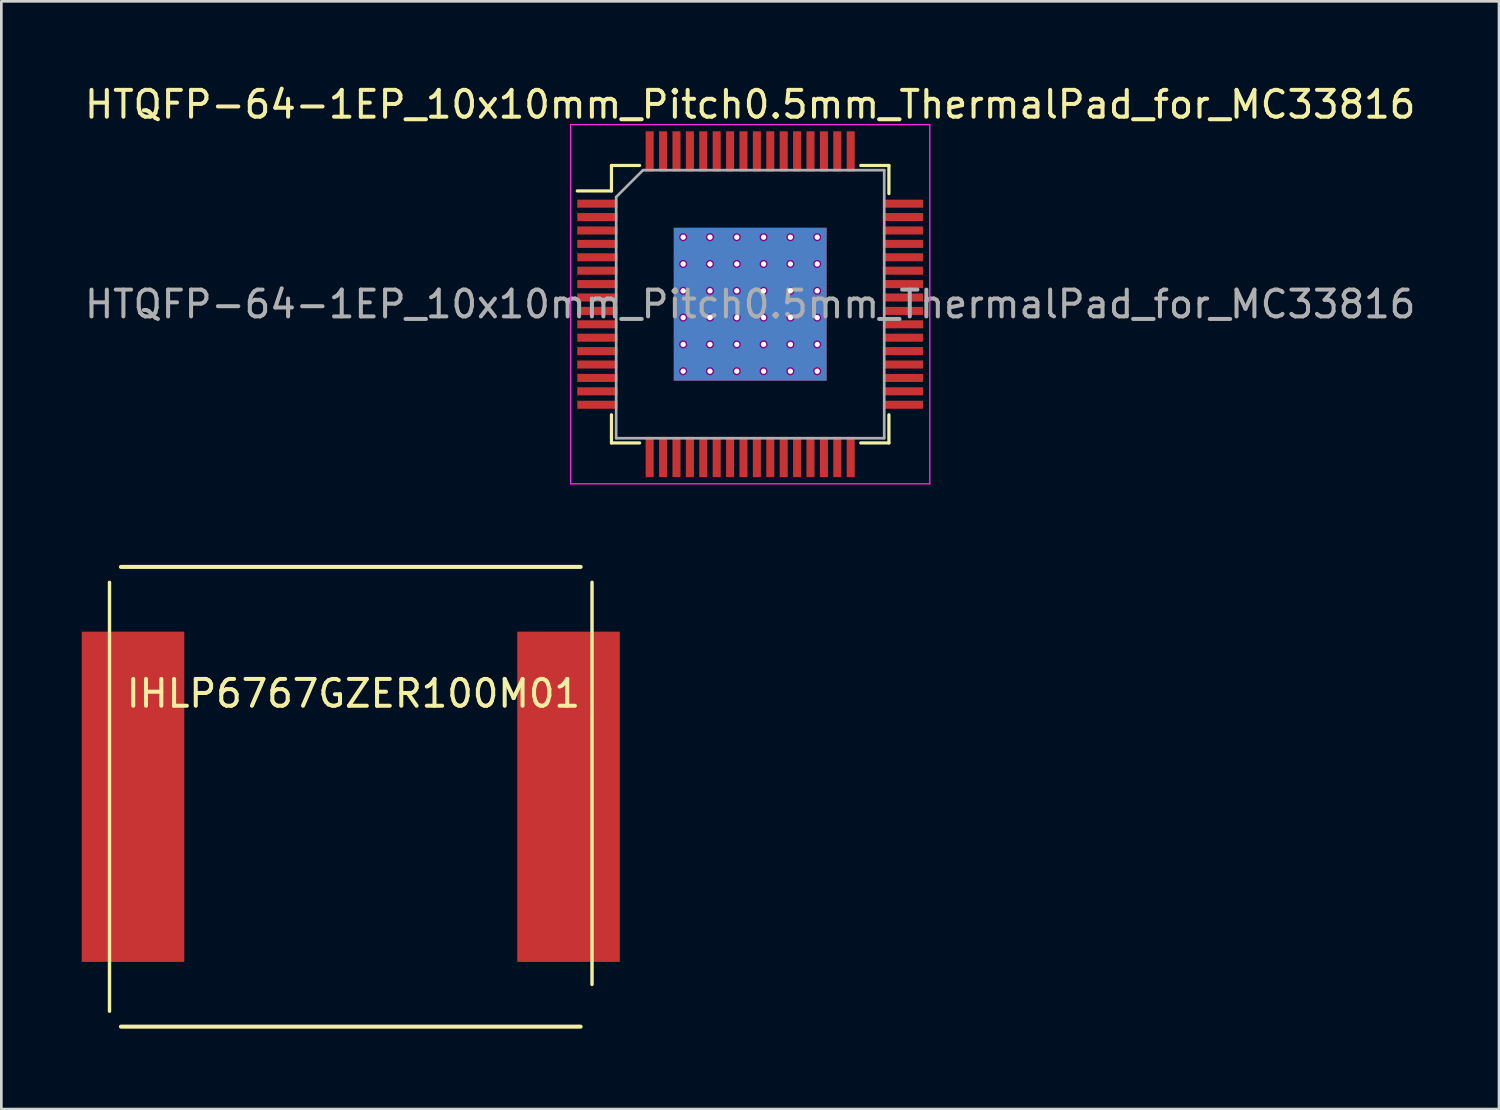
<source format=kicad_pcb>
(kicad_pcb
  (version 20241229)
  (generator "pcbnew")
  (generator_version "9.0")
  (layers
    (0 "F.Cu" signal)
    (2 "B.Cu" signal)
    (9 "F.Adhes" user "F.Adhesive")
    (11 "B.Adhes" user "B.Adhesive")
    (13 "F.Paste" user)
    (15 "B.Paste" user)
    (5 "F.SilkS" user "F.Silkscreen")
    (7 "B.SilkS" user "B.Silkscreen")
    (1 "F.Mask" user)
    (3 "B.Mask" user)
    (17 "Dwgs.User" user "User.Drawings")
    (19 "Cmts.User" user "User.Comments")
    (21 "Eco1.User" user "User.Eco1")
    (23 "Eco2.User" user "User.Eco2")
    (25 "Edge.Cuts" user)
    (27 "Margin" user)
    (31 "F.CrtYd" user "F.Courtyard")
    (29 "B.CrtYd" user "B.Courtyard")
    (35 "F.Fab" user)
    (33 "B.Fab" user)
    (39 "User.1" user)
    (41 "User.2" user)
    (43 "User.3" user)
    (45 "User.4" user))
  (footprint "IHLP6767GZER100M01"
    (layer "F.Cu")
    (at 10.035 26.673)
    (property "Reference" "IHLP6767GZER100M01" (at 0.099 -3.851 0) (layer "F.SilkS") (effects (font (size 1 1) (thickness 0.15))))
    (attr smd)
    (fp_line (start -9 -8) (end -9 8) (stroke (width 0.127) (type solid)) (layer "F.SilkS"))
    (fp_line (start 8.575 -8.575) (end -8.575 -8.575) (stroke (width 0.15) (type solid)) (layer "F.SilkS"))
    (fp_line (start 8.575 8.575) (end -8.575 8.575) (stroke (width 0.15) (type solid)) (layer "F.SilkS"))
    (fp_line (start 9 7) (end 9 -8) (stroke (width 0.127) (type solid)) (layer "F.SilkS"))
    (pad "1" smd rect (at -8.123 0) (size 3.825 12.32) (layers "F.Cu" "F.Mask" "F.Paste"))
    (pad "2" smd rect (at 8.123 0) (size 3.825 12.32) (layers "F.Cu" "F.Mask" "F.Paste")))
  (footprint "HTQFP-64-1EP_10x10mm_Pitch0.5mm_ThermalPad_for_MC33816"
    (layer "F.Cu")
    (at 24.935 8.298)
    (property "Reference" "HTQFP-64-1EP_10x10mm_Pitch0.5mm_ThermalPad_for_MC33816" (at 0 -7.45 0) (layer "F.SilkS") (effects (font (size 1 1) (thickness 0.15))))
    (attr smd)
    (fp_line (start -5.175 -5.175) (end -5.175 -4.225) (stroke (width 0.12) (type solid)) (layer "F.SilkS"))
    (fp_line (start -5.175 -5.175) (end -4.125 -5.175) (stroke (width 0.12) (type solid)) (layer "F.SilkS"))
    (fp_line (start -5.175 -4.225) (end -6.45 -4.225) (stroke (width 0.12) (type solid)) (layer "F.SilkS"))
    (fp_line (start -5.175 5.175) (end -5.175 4.125) (stroke (width 0.12) (type solid)) (layer "F.SilkS"))
    (fp_line (start -5.175 5.175) (end -4.125 5.175) (stroke (width 0.12) (type solid)) (layer "F.SilkS"))
    (fp_line (start 5.175 -5.175) (end 4.125 -5.175) (stroke (width 0.12) (type solid)) (layer "F.SilkS"))
    (fp_line (start 5.175 -5.175) (end 5.175 -4.125) (stroke (width 0.12) (type solid)) (layer "F.SilkS"))
    (fp_line (start 5.175 5.175) (end 4.125 5.175) (stroke (width 0.12) (type solid)) (layer "F.SilkS"))
    (fp_line (start 5.175 5.175) (end 5.175 4.125) (stroke (width 0.12) (type solid)) (layer "F.SilkS"))
    (fp_line (start -6.7 -6.7) (end -6.7 6.7) (stroke (width 0.05) (type solid)) (layer "F.CrtYd"))
    (fp_line (start -6.7 -6.7) (end 6.7 -6.7) (stroke (width 0.05) (type solid)) (layer "F.CrtYd"))
    (fp_line (start -6.7 6.7) (end 6.7 6.7) (stroke (width 0.05) (type solid)) (layer "F.CrtYd"))
    (fp_line (start 6.7 -6.7) (end 6.7 6.7) (stroke (width 0.05) (type solid)) (layer "F.CrtYd"))
    (fp_line (start -5 -4) (end -4 -5) (stroke (width 0.1) (type solid)) (layer "F.Fab"))
    (fp_line (start -5 5) (end -5 -4) (stroke (width 0.1) (type solid)) (layer "F.Fab"))
    (fp_line (start -4 -5) (end 5 -5) (stroke (width 0.1) (type solid)) (layer "F.Fab"))
    (fp_line (start 5 -5) (end 5 5) (stroke (width 0.1) (type solid)) (layer "F.Fab"))
    (fp_line (start 5 5) (end -5 5) (stroke (width 0.1) (type solid)) (layer "F.Fab"))
    (fp_text user "${REFERENCE}" (at 0 0 0) (layer "F.Fab") (effects (font (size 1 1) (thickness 0.15))))
    (pad "1" smd rect (at -5.7 -3.75) (size 1.5 0.3) (layers "F.Cu" "F.Mask" "F.Paste"))
    (pad "2" smd rect (at -5.7 -3.25) (size 1.5 0.3) (layers "F.Cu" "F.Mask" "F.Paste"))
    (pad "3" smd rect (at -5.7 -2.75) (size 1.5 0.3) (layers "F.Cu" "F.Mask" "F.Paste"))
    (pad "4" smd rect (at -5.7 -2.25) (size 1.5 0.3) (layers "F.Cu" "F.Mask" "F.Paste"))
    (pad "5" smd rect (at -5.7 -1.75) (size 1.5 0.3) (layers "F.Cu" "F.Mask" "F.Paste"))
    (pad "6" smd rect (at -5.7 -1.25) (size 1.5 0.3) (layers "F.Cu" "F.Mask" "F.Paste"))
    (pad "7" smd rect (at -5.7 -0.75) (size 1.5 0.3) (layers "F.Cu" "F.Mask" "F.Paste"))
    (pad "8" smd rect (at -5.7 -0.25) (size 1.5 0.3) (layers "F.Cu" "F.Mask" "F.Paste"))
    (pad "9" smd rect (at -5.7 0.25) (size 1.5 0.3) (layers "F.Cu" "F.Mask" "F.Paste"))
    (pad "10" smd rect (at -5.7 0.75) (size 1.5 0.3) (layers "F.Cu" "F.Mask" "F.Paste"))
    (pad "11" smd rect (at -5.7 1.25) (size 1.5 0.3) (layers "F.Cu" "F.Mask" "F.Paste"))
    (pad "12" smd rect (at -5.7 1.75) (size 1.5 0.3) (layers "F.Cu" "F.Mask" "F.Paste"))
    (pad "13" smd rect (at -5.7 2.25) (size 1.5 0.3) (layers "F.Cu" "F.Mask" "F.Paste"))
    (pad "14" smd rect (at -5.7 2.75) (size 1.5 0.3) (layers "F.Cu" "F.Mask" "F.Paste"))
    (pad "15" smd rect (at -5.7 3.25) (size 1.5 0.3) (layers "F.Cu" "F.Mask" "F.Paste"))
    (pad "16" smd rect (at -5.7 3.75) (size 1.5 0.3) (layers "F.Cu" "F.Mask" "F.Paste"))
    (pad "17" smd rect (at -3.75 5.7 90) (size 1.5 0.3) (layers "F.Cu" "F.Mask" "F.Paste"))
    (pad "18" smd rect (at -3.25 5.7 90) (size 1.5 0.3) (layers "F.Cu" "F.Mask" "F.Paste"))
    (pad "19" smd rect (at -2.75 5.7 90) (size 1.5 0.3) (layers "F.Cu" "F.Mask" "F.Paste"))
    (pad "20" smd rect (at -2.25 5.7 90) (size 1.5 0.3) (layers "F.Cu" "F.Mask" "F.Paste"))
    (pad "21" smd rect (at -1.75 5.7 90) (size 1.5 0.3) (layers "F.Cu" "F.Mask" "F.Paste"))
    (pad "22" smd rect (at -1.25 5.7 90) (size 1.5 0.3) (layers "F.Cu" "F.Mask" "F.Paste"))
    (pad "23" smd rect (at -0.75 5.7 90) (size 1.5 0.3) (layers "F.Cu" "F.Mask" "F.Paste"))
    (pad "24" smd rect (at -0.25 5.7 90) (size 1.5 0.3) (layers "F.Cu" "F.Mask" "F.Paste"))
    (pad "25" smd rect (at 0.25 5.7 90) (size 1.5 0.3) (layers "F.Cu" "F.Mask" "F.Paste"))
    (pad "26" smd rect (at 0.75 5.7 90) (size 1.5 0.3) (layers "F.Cu" "F.Mask" "F.Paste"))
    (pad "27" smd rect (at 1.25 5.7 90) (size 1.5 0.3) (layers "F.Cu" "F.Mask" "F.Paste"))
    (pad "28" smd rect (at 1.75 5.7 90) (size 1.5 0.3) (layers "F.Cu" "F.Mask" "F.Paste"))
    (pad "29" smd rect (at 2.25 5.7 90) (size 1.5 0.3) (layers "F.Cu" "F.Mask" "F.Paste"))
    (pad "30" smd rect (at 2.75 5.7 90) (size 1.5 0.3) (layers "F.Cu" "F.Mask" "F.Paste"))
    (pad "31" smd rect (at 3.25 5.7 90) (size 1.5 0.3) (layers "F.Cu" "F.Mask" "F.Paste"))
    (pad "32" smd rect (at 3.75 5.7 90) (size 1.5 0.3) (layers "F.Cu" "F.Mask" "F.Paste"))
    (pad "33" smd rect (at 5.7 3.75) (size 1.5 0.3) (layers "F.Cu" "F.Mask" "F.Paste"))
    (pad "34" smd rect (at 5.7 3.25) (size 1.5 0.3) (layers "F.Cu" "F.Mask" "F.Paste"))
    (pad "35" smd rect (at 5.7 2.75) (size 1.5 0.3) (layers "F.Cu" "F.Mask" "F.Paste"))
    (pad "36" smd rect (at 5.7 2.25) (size 1.5 0.3) (layers "F.Cu" "F.Mask" "F.Paste"))
    (pad "37" smd rect (at 5.7 1.75) (size 1.5 0.3) (layers "F.Cu" "F.Mask" "F.Paste"))
    (pad "38" smd rect (at 5.7 1.25) (size 1.5 0.3) (layers "F.Cu" "F.Mask" "F.Paste"))
    (pad "39" smd rect (at 5.7 0.75) (size 1.5 0.3) (layers "F.Cu" "F.Mask" "F.Paste"))
    (pad "40" smd rect (at 5.7 0.25) (size 1.5 0.3) (layers "F.Cu" "F.Mask" "F.Paste"))
    (pad "41" smd rect (at 5.7 -0.25) (size 1.5 0.3) (layers "F.Cu" "F.Mask" "F.Paste"))
    (pad "42" smd rect (at 5.7 -0.75) (size 1.5 0.3) (layers "F.Cu" "F.Mask" "F.Paste"))
    (pad "43" smd rect (at 5.7 -1.25) (size 1.5 0.3) (layers "F.Cu" "F.Mask" "F.Paste"))
    (pad "44" smd rect (at 5.7 -1.75) (size 1.5 0.3) (layers "F.Cu" "F.Mask" "F.Paste"))
    (pad "45" smd rect (at 5.7 -2.25) (size 1.5 0.3) (layers "F.Cu" "F.Mask" "F.Paste"))
    (pad "46" smd rect (at 5.7 -2.75) (size 1.5 0.3) (layers "F.Cu" "F.Mask" "F.Paste"))
    (pad "47" smd rect (at 5.7 -3.25) (size 1.5 0.3) (layers "F.Cu" "F.Mask" "F.Paste"))
    (pad "48" smd rect (at 5.7 -3.75) (size 1.5 0.3) (layers "F.Cu" "F.Mask" "F.Paste"))
    (pad "49" smd rect (at 3.75 -5.7 90) (size 1.5 0.3) (layers "F.Cu" "F.Mask" "F.Paste"))
    (pad "50" smd rect (at 3.25 -5.7 90) (size 1.5 0.3) (layers "F.Cu" "F.Mask" "F.Paste"))
    (pad "51" smd rect (at 2.75 -5.7 90) (size 1.5 0.3) (layers "F.Cu" "F.Mask" "F.Paste"))
    (pad "52" smd rect (at 2.25 -5.7 90) (size 1.5 0.3) (layers "F.Cu" "F.Mask" "F.Paste"))
    (pad "53" smd rect (at 1.75 -5.7 90) (size 1.5 0.3) (layers "F.Cu" "F.Mask" "F.Paste"))
    (pad "54" smd rect (at 1.25 -5.7 90) (size 1.5 0.3) (layers "F.Cu" "F.Mask" "F.Paste"))
    (pad "55" smd rect (at 0.75 -5.7 90) (size 1.5 0.3) (layers "F.Cu" "F.Mask" "F.Paste"))
    (pad "56" smd rect (at 0.25 -5.7 90) (size 1.5 0.3) (layers "F.Cu" "F.Mask" "F.Paste"))
    (pad "57" smd rect (at -0.25 -5.7 90) (size 1.5 0.3) (layers "F.Cu" "F.Mask" "F.Paste"))
    (pad "58" smd rect (at -0.75 -5.7 90) (size 1.5 0.3) (layers "F.Cu" "F.Mask" "F.Paste"))
    (pad "59" smd rect (at -1.25 -5.7 90) (size 1.5 0.3) (layers "F.Cu" "F.Mask" "F.Paste"))
    (pad "60" smd rect (at -1.75 -5.7 90) (size 1.5 0.3) (layers "F.Cu" "F.Mask" "F.Paste"))
    (pad "61" smd rect (at -2.25 -5.7 90) (size 1.5 0.3) (layers "F.Cu" "F.Mask" "F.Paste"))
    (pad "62" smd rect (at -2.75 -5.7 90) (size 1.5 0.3) (layers "F.Cu" "F.Mask" "F.Paste"))
    (pad "63" smd rect (at -3.25 -5.7 90) (size 1.5 0.3) (layers "F.Cu" "F.Mask" "F.Paste"))
    (pad "64" smd rect (at -3.75 -5.7 90) (size 1.5 0.3) (layers "F.Cu" "F.Mask" "F.Paste"))
    (pad "65" thru_hole circle (at -2.5 -2.5 90) (size 0.3 0.3) (drill 0.2) (layers "*.Cu" "F.Adhes"))
    (pad "65" thru_hole circle (at -2.5 -1.5 90) (size 0.3 0.3) (drill 0.2) (layers "*.Cu" "F.Adhes"))
    (pad "65" thru_hole circle (at -2.5 -0.5 90) (size 0.3 0.3) (drill 0.2) (layers "*.Cu" "F.Adhes"))
    (pad "65" thru_hole circle (at -2.5 0.5 90) (size 0.3 0.3) (drill 0.2) (layers "*.Cu" "F.Adhes"))
    (pad "65" thru_hole circle (at -2.5 1.5 90) (size 0.3 0.3) (drill 0.2) (layers "*.Cu" "F.Adhes"))
    (pad "65" thru_hole circle (at -2.5 2.5 90) (size 0.3 0.3) (drill 0.2) (layers "*.Cu" "F.Adhes"))
    (pad "65" thru_hole circle (at -1.5 -2.5 90) (size 0.3 0.3) (drill 0.2) (layers "*.Cu" "F.Adhes"))
    (pad "65" thru_hole circle (at -1.5 -1.5 90) (size 0.3 0.3) (drill 0.2) (layers "*.Cu" "F.Adhes"))
    (pad "65" thru_hole circle (at -1.5 -0.5 90) (size 0.3 0.3) (drill 0.2) (layers "*.Cu" "F.Adhes"))
    (pad "65" thru_hole circle (at -1.5 0.5 90) (size 0.3 0.3) (drill 0.2) (layers "*.Cu" "F.Adhes"))
    (pad "65" thru_hole circle (at -1.5 1.5 90) (size 0.3 0.3) (drill 0.2) (layers "*.Cu" "F.Adhes"))
    (pad "65" thru_hole circle (at -1.5 2.5 90) (size 0.3 0.3) (drill 0.2) (layers "*.Cu" "F.Adhes"))
    (pad "65" thru_hole circle (at -0.5 -2.5 90) (size 0.3 0.3) (drill 0.2) (layers "*.Cu" "F.Adhes"))
    (pad "65" thru_hole circle (at -0.5 -1.5 90) (size 0.3 0.3) (drill 0.2) (layers "*.Cu" "F.Adhes"))
    (pad "65" thru_hole circle (at -0.5 -0.5 90) (size 0.3 0.3) (drill 0.2) (layers "*.Cu" "F.Adhes"))
    (pad "65" thru_hole circle (at -0.5 0.5 90) (size 0.3 0.3) (drill 0.2) (layers "*.Cu" "F.Adhes"))
    (pad "65" thru_hole circle (at -0.5 1.5 90) (size 0.3 0.3) (drill 0.2) (layers "*.Cu" "F.Adhes"))
    (pad "65" thru_hole circle (at -0.5 2.5 90) (size 0.3 0.3) (drill 0.2) (layers "*.Cu" "F.Adhes"))
    (pad "65" smd rect (at 0 0 180) (size 5.7 5.7) (layers "F.Cu" "F.Mask" "F.Paste"))
    (pad "65" smd rect (at 0 0 180) (size 5.7 5.7) (layers "B.Cu"))
    (pad "65" thru_hole circle (at 0.5 -2.5 90) (size 0.3 0.3) (drill 0.2) (layers "*.Cu" "F.Adhes"))
    (pad "65" thru_hole circle (at 0.5 -1.5 90) (size 0.3 0.3) (drill 0.2) (layers "*.Cu" "F.Adhes"))
    (pad "65" thru_hole circle (at 0.5 -0.5 90) (size 0.3 0.3) (drill 0.2) (layers "*.Cu" "F.Adhes"))
    (pad "65" thru_hole circle (at 0.5 0.5 90) (size 0.3 0.3) (drill 0.2) (layers "*.Cu" "F.Adhes"))
    (pad "65" thru_hole circle (at 0.5 1.5 90) (size 0.3 0.3) (drill 0.2) (layers "*.Cu" "F.Adhes"))
    (pad "65" thru_hole circle (at 0.5 2.5 90) (size 0.3 0.3) (drill 0.2) (layers "*.Cu" "F.Adhes"))
    (pad "65" thru_hole circle (at 1.5 -2.5 90) (size 0.3 0.3) (drill 0.2) (layers "*.Cu" "F.Adhes"))
    (pad "65" thru_hole circle (at 1.5 -1.5 90) (size 0.3 0.3) (drill 0.2) (layers "*.Cu" "F.Adhes"))
    (pad "65" thru_hole circle (at 1.5 -0.5 90) (size 0.3 0.3) (drill 0.2) (layers "*.Cu" "F.Adhes"))
    (pad "65" thru_hole circle (at 1.5 0.5 90) (size 0.3 0.3) (drill 0.2) (layers "*.Cu" "F.Adhes"))
    (pad "65" thru_hole circle (at 1.5 1.5 90) (size 0.3 0.3) (drill 0.2) (layers "*.Cu" "F.Adhes"))
    (pad "65" thru_hole circle (at 1.5 2.5 90) (size 0.3 0.3) (drill 0.2) (layers "*.Cu" "F.Adhes"))
    (pad "65" thru_hole circle (at 2.5 -2.5 90) (size 0.3 0.3) (drill 0.2) (layers "*.Cu" "F.Adhes"))
    (pad "65" thru_hole circle (at 2.5 -1.5 90) (size 0.3 0.3) (drill 0.2) (layers "*.Cu" "F.Adhes"))
    (pad "65" thru_hole circle (at 2.5 -0.5 90) (size 0.3 0.3) (drill 0.2) (layers "*.Cu" "F.Adhes"))
    (pad "65" thru_hole circle (at 2.5 0.5 90) (size 0.3 0.3) (drill 0.2) (layers "*.Cu" "F.Adhes"))
    (pad "65" thru_hole circle (at 2.5 1.5 90) (size 0.3 0.3) (drill 0.2) (layers "*.Cu" "F.Adhes"))
    (pad "65" thru_hole circle (at 2.5 2.5 90) (size 0.3 0.3) (drill 0.2) (layers "*.Cu" "F.Adhes")))
  (gr_rect
    (start -3 -3)
    (end 52.869 38.323)
    (stroke (width 0.1) (type default))
    (fill no)
    (layer "Edge.Cuts")))
</source>
